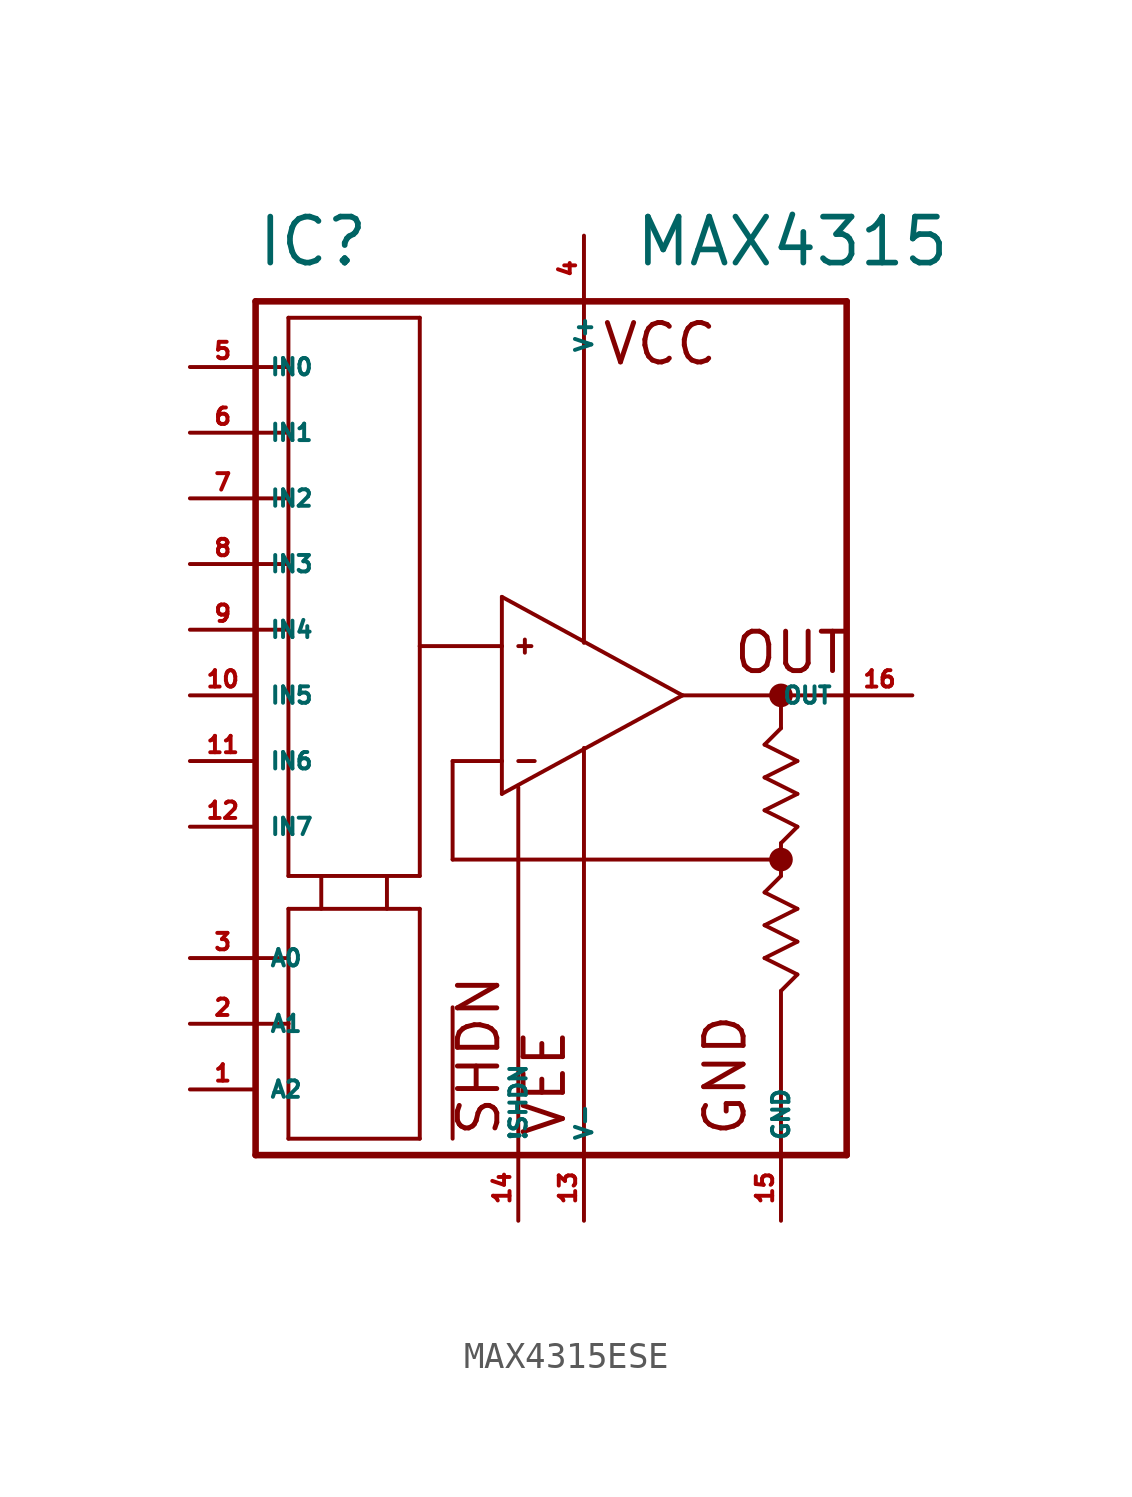
<source format=kicad_sym>
(kicad_symbol_lib
  (version 20220914)
  (generator Eagle2Kicad)
  (symbol "MAX4315ESE"
    (property "Reference" "IC"
      (at -10.16 13.97 0)
      (effects (font (size 1.778 1.778) (thickness 0.22)) (justify left bottom)))
    (property "Value" "MAX4315"
      (at 4.445 13.97 0)
      (effects (font (size 1.778 1.778) (thickness 0.22)) (justify left bottom)))
    (polyline
      (pts (xy 6.35 -2.54) (xy -0.635 1.27))
      (stroke (width 0.152) (type default))
      (fill (type none)))
    (polyline
      (pts (xy -0.635 1.27) (xy -0.635 -0.635))
      (stroke (width 0.152) (type default))
      (fill (type none)))
    (polyline
      (pts (xy -0.635 -0.635) (xy -0.635 -5.08))
      (stroke (width 0.152) (type default))
      (fill (type none)))
    (polyline
      (pts (xy -0.635 -5.08) (xy -0.635 -6.35))
      (stroke (width 0.152) (type default))
      (fill (type none)))
    (polyline
      (pts (xy -0.635 -6.35) (xy 6.35 -2.54))
      (stroke (width 0.152) (type default))
      (fill (type none)))
    (polyline
      (pts (xy -10.16 12.7) (xy -10.16 10.16))
      (stroke (width 0.254) (type default))
      (fill (type none)))
    (polyline
      (pts (xy -10.16 10.16) (xy -10.16 7.62))
      (stroke (width 0.254) (type default))
      (fill (type none)))
    (polyline
      (pts (xy -10.16 7.62) (xy -10.16 5.08))
      (stroke (width 0.254) (type default))
      (fill (type none)))
    (polyline
      (pts (xy -10.16 5.08) (xy -10.16 2.54))
      (stroke (width 0.254) (type default))
      (fill (type none)))
    (polyline
      (pts (xy -10.16 2.54) (xy -10.16 0))
      (stroke (width 0.254) (type default))
      (fill (type none)))
    (polyline
      (pts (xy -10.16 0) (xy -10.16 -12.7))
      (stroke (width 0.254) (type default))
      (fill (type none)))
    (polyline
      (pts (xy -10.16 -12.7) (xy -10.16 -15.24))
      (stroke (width 0.254) (type default))
      (fill (type none)))
    (polyline
      (pts (xy -10.16 -15.24) (xy -10.16 -20.32))
      (stroke (width 0.254) (type default))
      (fill (type none)))
    (polyline
      (pts (xy -10.16 -20.32) (xy 0 -20.32))
      (stroke (width 0.254) (type default))
      (fill (type none)))
    (polyline
      (pts (xy 0 -20.32) (xy 2.54 -20.32))
      (stroke (width 0.254) (type default))
      (fill (type none)))
    (polyline
      (pts (xy 2.54 -20.32) (xy 10.16 -20.32))
      (stroke (width 0.254) (type default))
      (fill (type none)))
    (polyline
      (pts (xy 10.16 -20.32) (xy 12.7 -20.32))
      (stroke (width 0.254) (type default))
      (fill (type none)))
    (polyline
      (pts (xy 12.7 -20.32) (xy 12.7 -2.54))
      (stroke (width 0.254) (type default))
      (fill (type none)))
    (polyline
      (pts (xy 12.7 -2.54) (xy 12.7 12.7))
      (stroke (width 0.254) (type default))
      (fill (type none)))
    (polyline
      (pts (xy 12.7 12.7) (xy 2.54 12.7))
      (stroke (width 0.254) (type default))
      (fill (type none)))
    (polyline
      (pts (xy 2.54 12.7) (xy -10.16 12.7))
      (stroke (width 0.254) (type default))
      (fill (type none)))
    (polyline
      (pts (xy -10.16 7.62) (xy -8.89 7.62))
      (stroke (width 0.152) (type default))
      (fill (type none)))
    (polyline
      (pts (xy -8.89 7.62) (xy -8.89 10.16))
      (stroke (width 0.152) (type default))
      (fill (type none)))
    (polyline
      (pts (xy -8.89 10.16) (xy -8.89 12.065))
      (stroke (width 0.152) (type default))
      (fill (type none)))
    (polyline
      (pts (xy -8.89 12.065) (xy -3.81 12.065))
      (stroke (width 0.152) (type default))
      (fill (type none)))
    (polyline
      (pts (xy -3.81 12.065) (xy -3.81 -0.635))
      (stroke (width 0.152) (type default))
      (fill (type none)))
    (polyline
      (pts (xy -3.81 -0.635) (xy -3.81 -9.525))
      (stroke (width 0.152) (type default))
      (fill (type none)))
    (polyline
      (pts (xy -8.89 -9.525) (xy -8.89 0))
      (stroke (width 0.152) (type default))
      (fill (type none)))
    (polyline
      (pts (xy -8.89 0) (xy -8.89 2.54))
      (stroke (width 0.152) (type default))
      (fill (type none)))
    (polyline
      (pts (xy -8.89 2.54) (xy -8.89 5.08))
      (stroke (width 0.152) (type default))
      (fill (type none)))
    (polyline
      (pts (xy -8.89 5.08) (xy -8.89 7.62))
      (stroke (width 0.152) (type default))
      (fill (type none)))
    (polyline
      (pts (xy -10.16 5.08) (xy -8.89 5.08))
      (stroke (width 0.152) (type default))
      (fill (type none)))
    (polyline
      (pts (xy 6.35 -2.54) (xy 10.16 -2.54))
      (stroke (width 0.152) (type default))
      (fill (type none)))
    (polyline
      (pts (xy 10.16 -2.54) (xy 12.7 -2.54))
      (stroke (width 0.152) (type default))
      (fill (type none)))
    (polyline
      (pts (xy 10.16 -2.54) (xy 10.16 -3.81))
      (stroke (width 0.152) (type default))
      (fill (type none)))
    (polyline
      (pts (xy 10.16 -3.81) (xy 9.525 -4.445))
      (stroke (width 0.152) (type default))
      (fill (type none)))
    (polyline
      (pts (xy 9.525 -4.445) (xy 10.795 -5.08))
      (stroke (width 0.152) (type default))
      (fill (type none)))
    (polyline
      (pts (xy 10.795 -5.08) (xy 9.525 -5.715))
      (stroke (width 0.152) (type default))
      (fill (type none)))
    (polyline
      (pts (xy 9.525 -5.715) (xy 10.795 -6.35))
      (stroke (width 0.152) (type default))
      (fill (type none)))
    (polyline
      (pts (xy 10.795 -6.35) (xy 9.525 -6.985))
      (stroke (width 0.152) (type default))
      (fill (type none)))
    (polyline
      (pts (xy 10.795 -10.795) (xy 9.525 -11.43))
      (stroke (width 0.152) (type default))
      (fill (type none)))
    (polyline
      (pts (xy 9.525 -11.43) (xy 10.795 -12.065))
      (stroke (width 0.152) (type default))
      (fill (type none)))
    (polyline
      (pts (xy 10.795 -12.065) (xy 9.525 -12.7))
      (stroke (width 0.152) (type default))
      (fill (type none)))
    (polyline
      (pts (xy 9.525 -12.7) (xy 10.795 -13.335))
      (stroke (width 0.152) (type default))
      (fill (type none)))
    (polyline
      (pts (xy 10.795 -13.335) (xy 10.16 -13.97))
      (stroke (width 0.152) (type default))
      (fill (type none)))
    (polyline
      (pts (xy 10.16 -13.97) (xy 10.16 -20.32))
      (stroke (width 0.152) (type default))
      (fill (type none)))
    (polyline
      (pts (xy 9.525 -6.985) (xy 10.795 -7.62))
      (stroke (width 0.152) (type default))
      (fill (type none)))
    (polyline
      (pts (xy 10.795 -7.62) (xy 10.16 -8.255))
      (stroke (width 0.152) (type default))
      (fill (type none)))
    (polyline
      (pts (xy 10.795 -10.795) (xy 9.525 -10.16))
      (stroke (width 0.152) (type default))
      (fill (type none)))
    (polyline
      (pts (xy 9.525 -10.16) (xy 10.16 -9.525))
      (stroke (width 0.152) (type default))
      (fill (type none)))
    (polyline
      (pts (xy 10.16 -9.525) (xy 10.16 -8.89))
      (stroke (width 0.152) (type default))
      (fill (type none)))
    (polyline
      (pts (xy 10.16 -8.89) (xy 10.16 -8.255))
      (stroke (width 0.152) (type default))
      (fill (type none)))
    (polyline
      (pts (xy 10.16 -8.89) (xy -2.54 -8.89))
      (stroke (width 0.152) (type default))
      (fill (type none)))
    (polyline
      (pts (xy -2.54 -8.89) (xy -2.54 -5.08))
      (stroke (width 0.152) (type default))
      (fill (type none)))
    (polyline
      (pts (xy -2.54 -5.08) (xy -0.635 -5.08))
      (stroke (width 0.152) (type default))
      (fill (type none)))
    (polyline
      (pts (xy -0.635 -0.635) (xy -3.81 -0.635))
      (stroke (width 0.152) (type default))
      (fill (type none)))
    (polyline
      (pts (xy 0 -5.08) (xy 0.635 -5.08))
      (stroke (width 0.152) (type default))
      (fill (type none)))
    (polyline
      (pts (xy 0 -0.635) (xy 0.508 -0.635))
      (stroke (width 0.152) (type default))
      (fill (type none)))
    (polyline
      (pts (xy 0.254 -0.381) (xy 0.254 -0.889))
      (stroke (width 0.152) (type default))
      (fill (type none)))
    (polyline
      (pts (xy 0 -20.32) (xy 0 -6.096))
      (stroke (width 0.152) (type default))
      (fill (type none)))
    (polyline
      (pts (xy 2.54 12.7) (xy 2.54 -0.508))
      (stroke (width 0.152) (type default))
      (fill (type none)))
    (polyline
      (pts (xy 2.54 -20.32) (xy 2.54 -4.572))
      (stroke (width 0.152) (type default))
      (fill (type none)))
    (polyline
      (pts (xy -5.08 -9.525) (xy -5.08 -10.795))
      (stroke (width 0.152) (type default))
      (fill (type none)))
    (polyline
      (pts (xy -7.62 -9.525) (xy -7.62 -10.795))
      (stroke (width 0.152) (type default))
      (fill (type none)))
    (polyline
      (pts (xy -8.89 -19.685) (xy -8.89 -15.24))
      (stroke (width 0.152) (type default))
      (fill (type none)))
    (polyline
      (pts (xy -8.89 -15.24) (xy -8.89 -12.7))
      (stroke (width 0.152) (type default))
      (fill (type none)))
    (polyline
      (pts (xy -8.89 -12.7) (xy -8.89 -10.795))
      (stroke (width 0.152) (type default))
      (fill (type none)))
    (polyline
      (pts (xy -8.89 -10.795) (xy -3.81 -10.795))
      (stroke (width 0.152) (type default))
      (fill (type none)))
    (polyline
      (pts (xy -3.81 -19.685) (xy -3.81 -10.795))
      (stroke (width 0.152) (type default))
      (fill (type none)))
    (polyline
      (pts (xy -8.89 -9.525) (xy -3.81 -9.525))
      (stroke (width 0.152) (type default))
      (fill (type none)))
    (polyline
      (pts (xy -8.89 -19.685) (xy -3.81 -19.685))
      (stroke (width 0.152) (type default))
      (fill (type none)))
    (polyline
      (pts (xy -10.16 -12.7) (xy -8.89 -12.7))
      (stroke (width 0.152) (type default))
      (fill (type none)))
    (polyline
      (pts (xy -10.16 2.54) (xy -8.89 2.54))
      (stroke (width 0.152) (type default))
      (fill (type none)))
    (polyline
      (pts (xy -10.16 0) (xy -8.89 0))
      (stroke (width 0.152) (type default))
      (fill (type none)))
    (polyline
      (pts (xy -10.16 -15.24) (xy -8.89 -15.24))
      (stroke (width 0.152) (type default))
      (fill (type none)))
    (polyline
      (pts (xy -2.54 -14.605) (xy -2.54 -19.685))
      (stroke (width 0.152) (type default))
      (fill (type none)))
    (polyline
      (pts (xy -10.16 10.16) (xy -8.89 10.16))
      (stroke (width 0.152) (type default))
      (fill (type none)))
    (text "VEE"
      (at 1.905 -19.685 900)
      (effects (font (size 1.524 1.524) (thickness 0.19)) (justify left bottom)))
    (text "SHDN"
      (at -0.635 -19.685 900)
      (effects (font (size 1.524 1.524) (thickness 0.19)) (justify left bottom)))
    (text "GND"
      (at 8.89 -19.685 900)
      (effects (font (size 1.524 1.524) (thickness 0.19)) (justify left bottom)))
    (text "VCC"
      (at 3.175 10.16 0)
      (effects (font (size 1.524 1.524) (thickness 0.19)) (justify left bottom)))
    (text "OUT"
      (at 8.255 -1.778 0)
      (effects (font (size 1.524 1.524) (thickness 0.19)) (justify left bottom)))
    (circle
      (center 10.16 -2.54)
      (radius 0.254)
      (stroke (width 0.406) (type default))
      (fill (type none)))
    (circle
      (center 10.16 -8.89)
      (radius 0.254)
      (stroke (width 0.406) (type default))
      (fill (type none)))
    (pin input line
      (at -12.7 5.08 0)
      (length 2.54)
      (name "IN2" (effects (font (size 0.635 0.635) (thickness 0.08)) (justify left bottom)))
      (number "7" (effects (font (size 0.635 0.635) (thickness 0.08)) (justify left bottom))))
    (pin input line
      (at -12.7 7.62 0)
      (length 2.54)
      (name "IN1" (effects (font (size 0.635 0.635) (thickness 0.08)) (justify left bottom)))
      (number "6" (effects (font (size 0.635 0.635) (thickness 0.08)) (justify left bottom))))
    (pin output line
      (at 15.24 -2.54 180)
      (length 2.54)
      (name "OUT" (effects (font (size 0.635 0.635) (thickness 0.08)) (justify left bottom)))
      (number "16" (effects (font (size 0.635 0.635) (thickness 0.08)) (justify left bottom))))
    (pin passive line
      (at 0 -22.86 90)
      (length 2.54)
      (name "!SHDN" (effects (font (size 0.635 0.635) (thickness 0.08)) (justify left bottom)))
      (number "14" (effects (font (size 0.635 0.635) (thickness 0.08)) (justify left bottom))))
    (pin unspecified line
      (at 2.54 15.24 270)
      (length 2.54)
      (name "V+" (effects (font (size 0.635 0.635) (thickness 0.08)) (justify left bottom)))
      (number "4" (effects (font (size 0.635 0.635) (thickness 0.08)) (justify left bottom))))
    (pin unspecified line
      (at 2.54 -22.86 90)
      (length 2.54)
      (name "V-" (effects (font (size 0.635 0.635) (thickness 0.08)) (justify left bottom)))
      (number "13" (effects (font (size 0.635 0.635) (thickness 0.08)) (justify left bottom))))
    (pin unspecified line
      (at 10.16 -22.86 90)
      (length 2.54)
      (name "GND" (effects (font (size 0.635 0.635) (thickness 0.08)) (justify left bottom)))
      (number "15" (effects (font (size 0.635 0.635) (thickness 0.08)) (justify left bottom))))
    (pin input line
      (at -12.7 -12.7 0)
      (length 2.54)
      (name "A0" (effects (font (size 0.635 0.635) (thickness 0.08)) (justify left bottom)))
      (number "3" (effects (font (size 0.635 0.635) (thickness 0.08)) (justify left bottom))))
    (pin input line
      (at -12.7 2.54 0)
      (length 2.54)
      (name "IN3" (effects (font (size 0.635 0.635) (thickness 0.08)) (justify left bottom)))
      (number "8" (effects (font (size 0.635 0.635) (thickness 0.08)) (justify left bottom))))
    (pin input line
      (at -12.7 0 0)
      (length 2.54)
      (name "IN4" (effects (font (size 0.635 0.635) (thickness 0.08)) (justify left bottom)))
      (number "9" (effects (font (size 0.635 0.635) (thickness 0.08)) (justify left bottom))))
    (pin input line
      (at -12.7 -15.24 0)
      (length 2.54)
      (name "A1" (effects (font (size 0.635 0.635) (thickness 0.08)) (justify left bottom)))
      (number "2" (effects (font (size 0.635 0.635) (thickness 0.08)) (justify left bottom))))
    (pin input line
      (at -12.7 -2.54 0)
      (length 2.54)
      (name "IN5" (effects (font (size 0.635 0.635) (thickness 0.08)) (justify left bottom)))
      (number "10" (effects (font (size 0.635 0.635) (thickness 0.08)) (justify left bottom))))
    (pin input line
      (at -12.7 -5.08 0)
      (length 2.54)
      (name "IN6" (effects (font (size 0.635 0.635) (thickness 0.08)) (justify left bottom)))
      (number "11" (effects (font (size 0.635 0.635) (thickness 0.08)) (justify left bottom))))
    (pin input line
      (at -12.7 -7.62 0)
      (length 2.54)
      (name "IN7" (effects (font (size 0.635 0.635) (thickness 0.08)) (justify left bottom)))
      (number "12" (effects (font (size 0.635 0.635) (thickness 0.08)) (justify left bottom))))
    (pin input line
      (at -12.7 -17.78 0)
      (length 2.54)
      (name "A2" (effects (font (size 0.635 0.635) (thickness 0.08)) (justify left bottom)))
      (number "1" (effects (font (size 0.635 0.635) (thickness 0.08)) (justify left bottom))))
    (pin input line
      (at -12.7 10.16 0)
      (length 2.54)
      (name "IN0" (effects (font (size 0.635 0.635) (thickness 0.08)) (justify left bottom)))
      (number "5" (effects (font (size 0.635 0.635) (thickness 0.08)) (justify left bottom))))))
</source>
